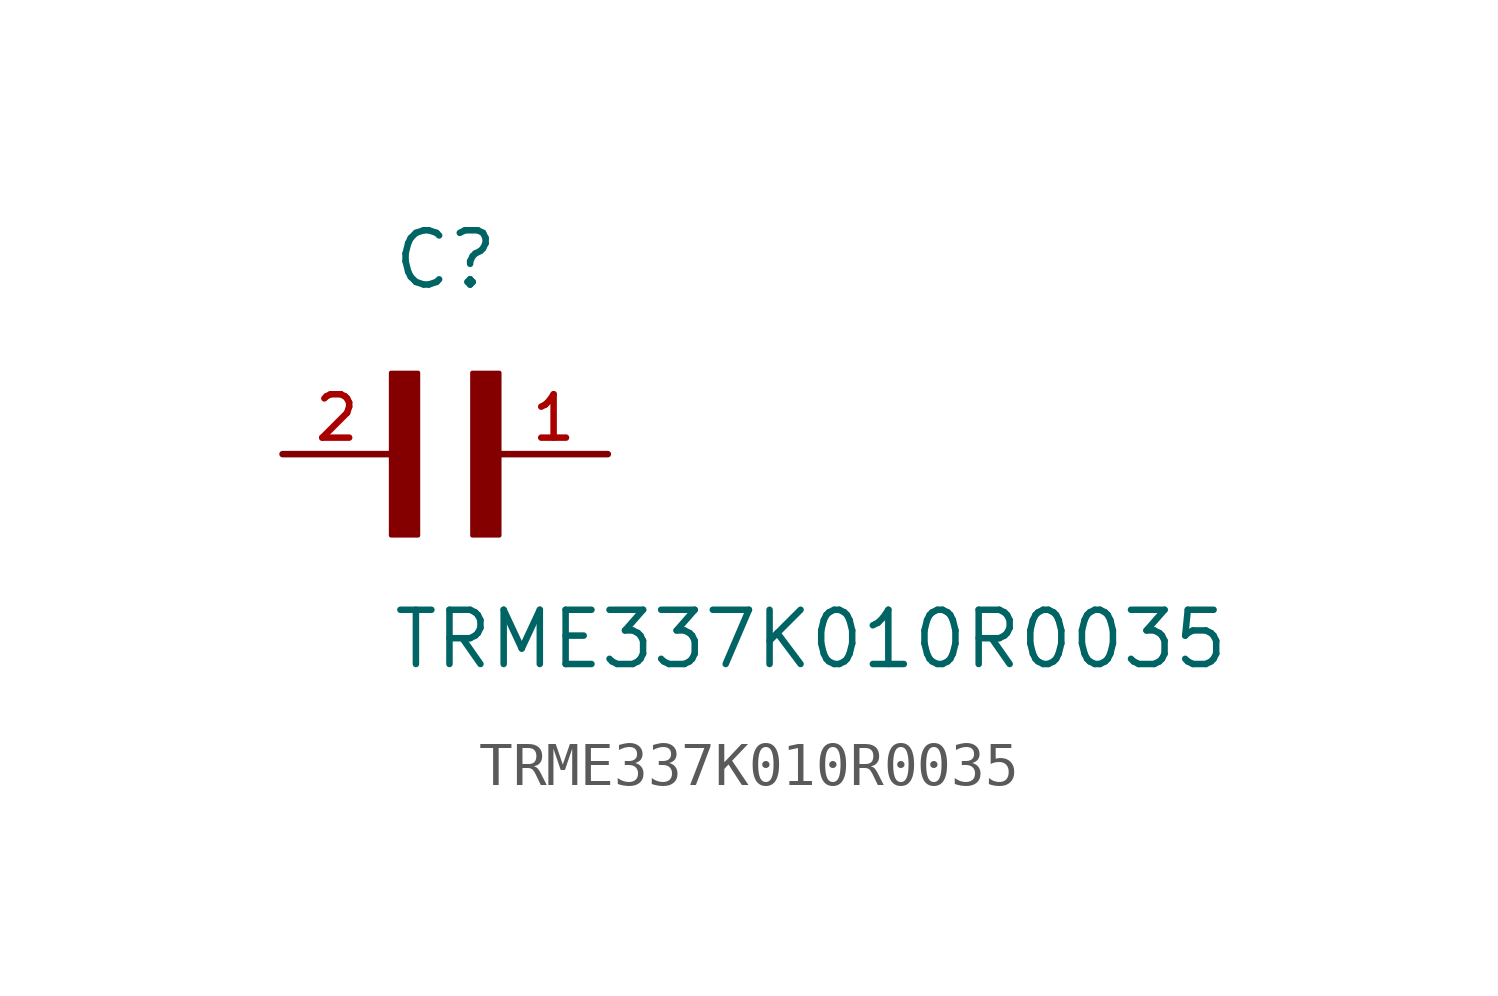
<source format=kicad_sym>
(kicad_symbol_lib
  (version 20241209)
  (generator "kicad_symbol_editor")
  (generator_version "9.0")
  (symbol "TRME337K010R0035"
    (pin_names
      (offset 1.016))
    (property "Reference" "C"
      (at 0 3.81 0)
      (effects (font (size 1.27 1.27)) (justify left bottom)))
    (property "Value" "TRME337K010R0035"
      (at 0 -5.08 0)
      (effects (font (size 1.27 1.27)) (justify left bottom)))
    (symbol "TRME337K010R0035_0_0"
      (rectangle (start 0 -1.905) (end 0.635 1.905) (stroke (width 0.1) (type default)) (fill (type outline)))
      (rectangle (start 1.905 -1.905) (end 2.54 1.905) (stroke (width 0.1) (type default)) (fill (type outline)))
      (pin passive line (at -2.54 0 0) (length 2.54) (name "~" (effects (font (size 1.016 1.016)))) (number "2" (effects (font (size 1.016 1.016)))))
      (pin passive line (at 5.08 0 180) (length 2.54) (name "~" (effects (font (size 1.016 1.016)))) (number "1" (effects (font (size 1.016 1.016))))))))
</source>
